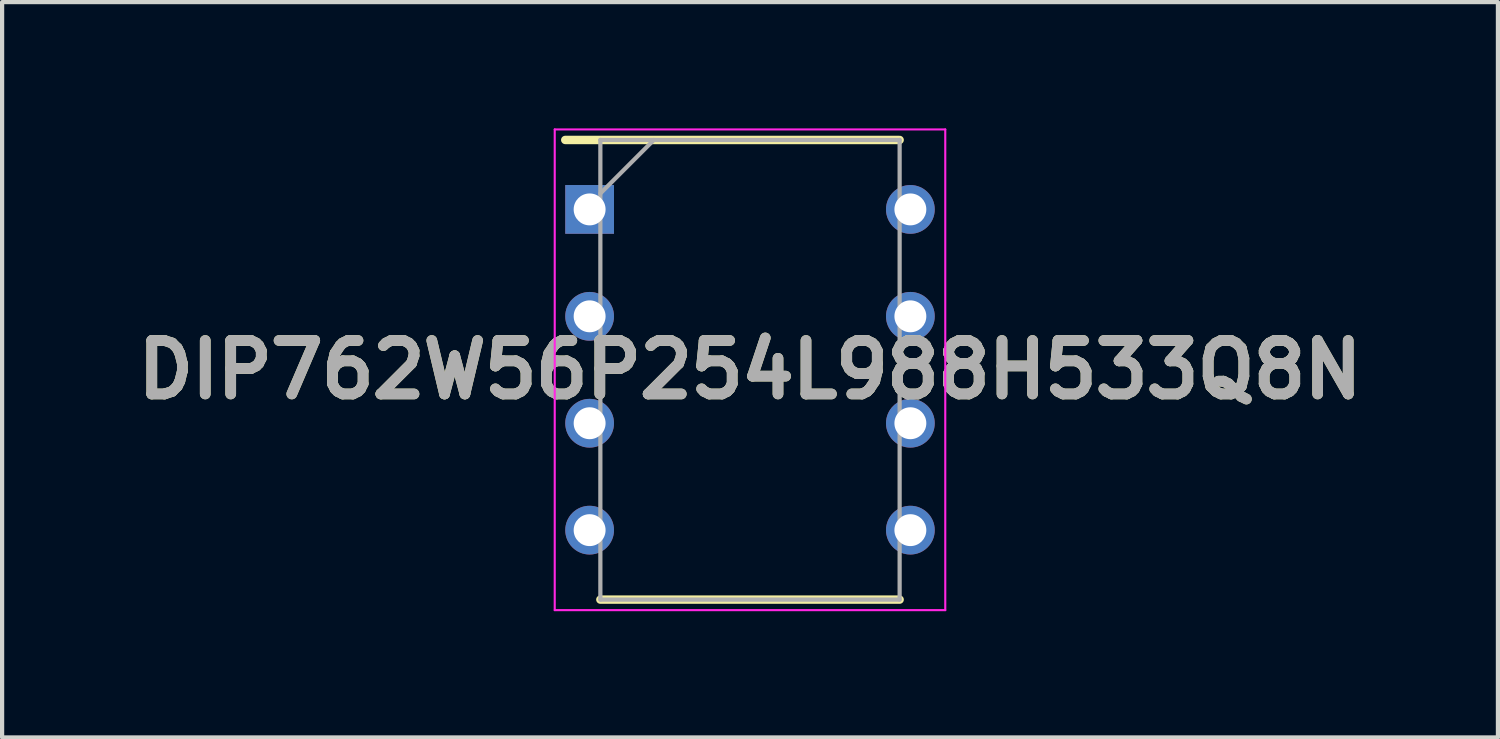
<source format=kicad_pcb>
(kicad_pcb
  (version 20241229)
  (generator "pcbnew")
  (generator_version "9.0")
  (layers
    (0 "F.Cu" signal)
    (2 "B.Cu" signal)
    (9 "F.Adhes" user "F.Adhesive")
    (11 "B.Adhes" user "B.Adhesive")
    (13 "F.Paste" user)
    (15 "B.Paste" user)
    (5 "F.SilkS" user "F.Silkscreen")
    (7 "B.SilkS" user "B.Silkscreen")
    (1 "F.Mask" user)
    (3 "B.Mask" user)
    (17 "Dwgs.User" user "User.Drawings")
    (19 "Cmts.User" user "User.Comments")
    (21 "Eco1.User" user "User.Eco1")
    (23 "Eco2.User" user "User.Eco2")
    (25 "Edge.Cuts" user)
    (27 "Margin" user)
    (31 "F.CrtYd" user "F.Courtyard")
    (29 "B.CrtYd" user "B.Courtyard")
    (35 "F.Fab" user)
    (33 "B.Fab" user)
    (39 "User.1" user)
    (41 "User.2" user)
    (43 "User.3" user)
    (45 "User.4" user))
  (footprint "DIP762W56P254L988H533Q8N"
    (layer "F.Cu")
    (at 14.768 5.735)
    (property "Reference" "DIP762W56P254L988H533Q8N" (at 0 0 0) (layer "F.SilkS") (effects (font (size 1.27 1.27) (thickness 0.254))))
    (attr through_hole)
    (fp_line (start -4.389 -5.46) (end 3.555 -5.46) (stroke (width 0.2) (type solid)) (layer "F.SilkS"))
    (fp_line (start -3.555 5.46) (end 3.555 5.46) (stroke (width 0.2) (type solid)) (layer "F.SilkS"))
    (fp_line (start -4.639 -5.71) (end 4.639 -5.71) (stroke (width 0.05) (type solid)) (layer "F.CrtYd"))
    (fp_line (start -4.639 5.71) (end -4.639 -5.71) (stroke (width 0.05) (type solid)) (layer "F.CrtYd"))
    (fp_line (start 4.639 -5.71) (end 4.639 5.71) (stroke (width 0.05) (type solid)) (layer "F.CrtYd"))
    (fp_line (start 4.639 5.71) (end -4.639 5.71) (stroke (width 0.05) (type solid)) (layer "F.CrtYd"))
    (fp_line (start -3.555 -5.46) (end 3.555 -5.46) (stroke (width 0.1) (type solid)) (layer "F.Fab"))
    (fp_line (start -3.555 -4.19) (end -2.285 -5.46) (stroke (width 0.1) (type solid)) (layer "F.Fab"))
    (fp_line (start -3.555 5.46) (end -3.555 -5.46) (stroke (width 0.1) (type solid)) (layer "F.Fab"))
    (fp_line (start 3.555 -5.46) (end 3.555 5.46) (stroke (width 0.1) (type solid)) (layer "F.Fab"))
    (fp_line (start 3.555 5.46) (end -3.555 5.46) (stroke (width 0.1) (type solid)) (layer "F.Fab"))
    (fp_text user "${REFERENCE}" (at 0 0 0) (layer "F.Fab") (effects (font (size 1.27 1.27) (thickness 0.254))))
    (pad "1" thru_hole rect (at -3.81 -3.81) (size 1.158 1.158) (drill 0.758) (layers "*.Cu" "*.Mask"))
    (pad "2" thru_hole circle (at -3.81 -1.27) (size 1.158 1.158) (drill 0.758) (layers "*.Cu" "*.Mask"))
    (pad "3" thru_hole circle (at -3.81 1.27) (size 1.158 1.158) (drill 0.758) (layers "*.Cu" "*.Mask"))
    (pad "4" thru_hole circle (at -3.81 3.81) (size 1.158 1.158) (drill 0.758) (layers "*.Cu" "*.Mask"))
    (pad "5" thru_hole circle (at 3.81 3.81) (size 1.158 1.158) (drill 0.758) (layers "*.Cu" "*.Mask"))
    (pad "6" thru_hole circle (at 3.81 1.27) (size 1.158 1.158) (drill 0.758) (layers "*.Cu" "*.Mask"))
    (pad "7" thru_hole circle (at 3.81 -1.27) (size 1.158 1.158) (drill 0.758) (layers "*.Cu" "*.Mask"))
    (pad "8" thru_hole circle (at 3.81 -3.81) (size 1.158 1.158) (drill 0.758) (layers "*.Cu" "*.Mask")))
  (gr_rect
    (start -3 -3)
    (end 32.537 14.47)
    (stroke (width 0.1) (type default))
    (fill no)
    (layer "Edge.Cuts")))
</source>
